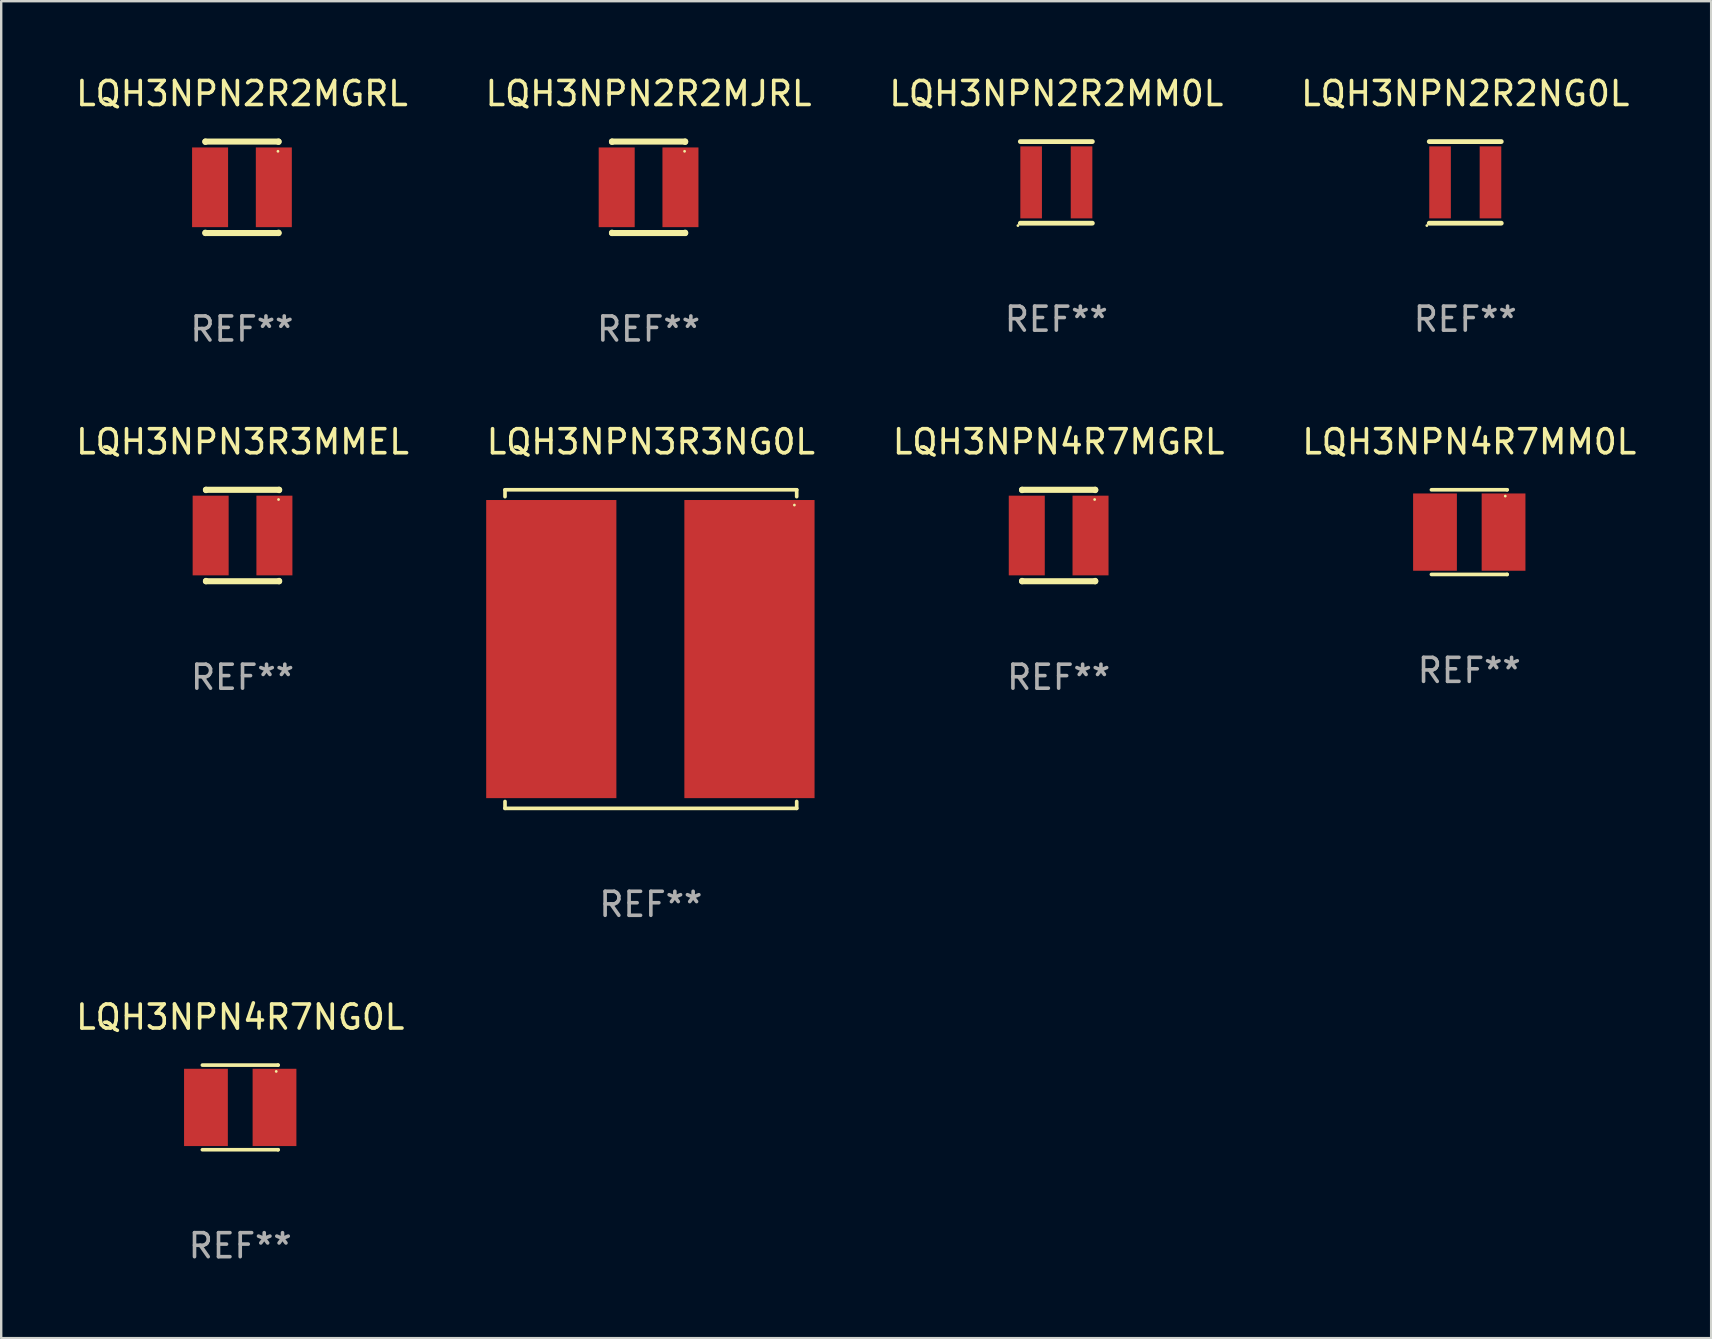
<source format=kicad_pcb>
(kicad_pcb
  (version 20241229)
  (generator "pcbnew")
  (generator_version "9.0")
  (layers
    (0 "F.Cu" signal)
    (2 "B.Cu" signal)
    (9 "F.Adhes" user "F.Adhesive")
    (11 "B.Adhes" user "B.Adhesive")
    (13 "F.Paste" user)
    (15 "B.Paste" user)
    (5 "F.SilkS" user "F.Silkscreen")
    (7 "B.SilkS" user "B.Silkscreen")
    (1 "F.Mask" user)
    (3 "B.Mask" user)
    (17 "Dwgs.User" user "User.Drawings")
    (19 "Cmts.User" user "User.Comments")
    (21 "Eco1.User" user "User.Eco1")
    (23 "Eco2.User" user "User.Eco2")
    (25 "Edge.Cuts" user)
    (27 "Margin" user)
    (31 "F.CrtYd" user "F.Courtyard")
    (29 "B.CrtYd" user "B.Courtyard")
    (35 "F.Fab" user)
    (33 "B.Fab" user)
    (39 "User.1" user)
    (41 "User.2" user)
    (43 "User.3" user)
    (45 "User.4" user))
  (footprint "LQH3NPN3R3NG0L"
    (layer "F.Cu")
    (at 24.065 23.991)
    (property "Reference" "LQH3NPN3R3NG0L" (at 0 -8.636 0) (layer "F.SilkS") (effects (font (size 1 1) (thickness 0.15))))
    (attr through_hole)
    (fp_line (start -6.076 -6.636) (end -6.076 -6.35) (stroke (width 0.152) (type solid)) (layer "F.SilkS"))
    (fp_line (start -6.076 6.636) (end -6.076 6.35) (stroke (width 0.152) (type solid)) (layer "F.SilkS"))
    (fp_line (start 6.076 -6.636) (end -6.076 -6.636) (stroke (width 0.152) (type solid)) (layer "F.SilkS"))
    (fp_line (start 6.076 -6.35) (end 6.076 -6.636) (stroke (width 0.152) (type solid)) (layer "F.SilkS"))
    (fp_line (start 6.076 6.35) (end 6.076 6.636) (stroke (width 0.152) (type solid)) (layer "F.SilkS"))
    (fp_line (start 6.076 6.636) (end -6.076 6.636) (stroke (width 0.152) (type solid)) (layer "F.SilkS"))
    (fp_circle (center 5.98 -6) (end 6.01 -6) (stroke (width 0.06) (type solid)) (fill no) (layer "F.SilkS"))
    (fp_text user "REF**" (at 0 10.636 0) (layer "F.Fab") (effects (font (size 1 1) (thickness 0.15))))
    (pad "1" smd rect (at 4.108 0) (size 5.424 12.42) (layers "F.Cu" "F.Mask" "F.Paste"))
    (pad "2" smd rect (at -4.148 0) (size 5.424 12.42) (layers "F.Cu" "F.Mask" "F.Paste")))
  (footprint "LQH3NPN4R7NG0L"
    (layer "F.Cu")
    (at 6.958 43.086)
    (property "Reference" "LQH3NPN4R7NG0L" (at 0 -3.763 0) (layer "F.SilkS") (effects (font (size 1 1) (thickness 0.15))))
    (attr through_hole)
    (fp_line (start -1.577 -1.763) (end 1.577 -1.763) (stroke (width 0.152) (type solid)) (layer "F.SilkS"))
    (fp_line (start -1.577 1.763) (end 1.577 1.763) (stroke (width 0.152) (type solid)) (layer "F.SilkS"))
    (fp_line (start 1.577 -1.763) (end 1.577 -1.763) (stroke (width 0.152) (type solid)) (layer "F.SilkS"))
    (fp_line (start 1.577 1.763) (end 1.577 1.763) (stroke (width 0.152) (type solid)) (layer "F.SilkS"))
    (fp_circle (center 1.5 -1.5) (end 1.53 -1.5) (stroke (width 0.06) (type solid)) (fill no) (layer "F.SilkS"))
    (fp_text user "REF**" (at 0 5.763 0) (layer "F.Fab") (effects (font (size 1 1) (thickness 0.15))))
    (pad "1" smd rect (at 1.428 0) (size 1.824 3.22) (layers "F.Cu" "F.Mask" "F.Paste"))
    (pad "2" smd rect (at -1.428 0) (size 1.824 3.22) (layers "F.Cu" "F.Mask" "F.Paste")))
  (footprint "LQH3NPN2R2MGRL"
    (layer "F.Cu")
    (at 7.03 4.753)
    (property "Reference" "LQH3NPN2R2MGRL" (at 0 -3.905 0) (layer "F.SilkS") (effects (font (size 1 1) (thickness 0.15))))
    (attr through_hole)
    (fp_line (start -1.524 -1.905) (end 1.524 -1.905) (stroke (width 0.254) (type solid)) (layer "F.SilkS"))
    (fp_line (start -1.524 -1.891) (end -1.524 -1.905) (stroke (width 0.254) (type solid)) (layer "F.SilkS"))
    (fp_line (start -1.524 1.905) (end -1.524 1.891) (stroke (width 0.254) (type solid)) (layer "F.SilkS"))
    (fp_line (start -1.524 1.905) (end 1.524 1.905) (stroke (width 0.254) (type solid)) (layer "F.SilkS"))
    (fp_line (start 1.524 -1.905) (end 1.524 -1.891) (stroke (width 0.254) (type solid)) (layer "F.SilkS"))
    (fp_line (start 1.524 1.891) (end 1.524 1.905) (stroke (width 0.254) (type solid)) (layer "F.SilkS"))
    (fp_circle (center 1.5 -1.5) (end 1.53 -1.5) (stroke (width 0.06) (type solid)) (fill no) (layer "F.SilkS"))
    (fp_text user "REF**" (at 0 5.905 0) (layer "F.Fab") (effects (font (size 1 1) (thickness 0.15))))
    (pad "1" smd rect (at 1.328 0) (size 1.5 3.32) (layers "F.Cu" "F.Mask" "F.Paste"))
    (pad "2" smd rect (at -1.328 0) (size 1.5 3.32) (layers "F.Cu" "F.Mask" "F.Paste")))
  (footprint "LQH3NPN2R2MM0L"
    (layer "F.Cu")
    (at 40.958 4.548)
    (property "Reference" "LQH3NPN2R2MM0L" (at 0 -3.7 0) (layer "F.SilkS") (effects (font (size 1 1) (thickness 0.15))))
    (attr through_hole)
    (fp_line (start -1.5 -1.7) (end 1.5 -1.7) (stroke (width 0.2) (type solid)) (layer "F.SilkS"))
    (fp_line (start -1.5 1.7) (end 1.5 1.7) (stroke (width 0.2) (type solid)) (layer "F.SilkS"))
    (fp_circle (center -1.6 1.8) (end -1.57 1.8) (stroke (width 0.06) (type solid)) (fill no) (layer "F.SilkS"))
    (fp_text user "REF**" (at 0 5.7 0) (layer "F.Fab") (effects (font (size 1 1) (thickness 0.15))))
    (pad "1" smd rect (at -1.05 0) (size 0.9 3) (layers "F.Cu" "F.Mask" "F.Paste"))
    (pad "2" smd rect (at 1.05 0) (size 0.9 3) (layers "F.Cu" "F.Mask" "F.Paste")))
  (footprint "LQH3NPN3R3MMEL"
    (layer "F.Cu")
    (at 7.054 19.26)
    (property "Reference" "LQH3NPN3R3MMEL" (at 0 -3.905 0) (layer "F.SilkS") (effects (font (size 1 1) (thickness 0.15))))
    (attr through_hole)
    (fp_line (start -1.524 -1.905) (end 1.524 -1.905) (stroke (width 0.254) (type solid)) (layer "F.SilkS"))
    (fp_line (start -1.524 -1.891) (end -1.524 -1.905) (stroke (width 0.254) (type solid)) (layer "F.SilkS"))
    (fp_line (start -1.524 1.905) (end -1.524 1.891) (stroke (width 0.254) (type solid)) (layer "F.SilkS"))
    (fp_line (start -1.524 1.905) (end 1.524 1.905) (stroke (width 0.254) (type solid)) (layer "F.SilkS"))
    (fp_line (start 1.524 -1.905) (end 1.524 -1.891) (stroke (width 0.254) (type solid)) (layer "F.SilkS"))
    (fp_line (start 1.524 1.891) (end 1.524 1.905) (stroke (width 0.254) (type solid)) (layer "F.SilkS"))
    (fp_circle (center 1.5 -1.5) (end 1.53 -1.5) (stroke (width 0.06) (type solid)) (fill no) (layer "F.SilkS"))
    (fp_text user "REF**" (at 0 5.905 0) (layer "F.Fab") (effects (font (size 1 1) (thickness 0.15))))
    (pad "1" smd rect (at 1.328 0) (size 1.5 3.32) (layers "F.Cu" "F.Mask" "F.Paste"))
    (pad "2" smd rect (at -1.328 0) (size 1.5 3.32) (layers "F.Cu" "F.Mask" "F.Paste")))
  (footprint "LQH3NPN2R2NG0L"
    (layer "F.Cu")
    (at 57.994 4.548)
    (property "Reference" "LQH3NPN2R2NG0L" (at 0 -3.7 0) (layer "F.SilkS") (effects (font (size 1 1) (thickness 0.15))))
    (attr through_hole)
    (fp_line (start -1.5 -1.7) (end 1.5 -1.7) (stroke (width 0.2) (type solid)) (layer "F.SilkS"))
    (fp_line (start -1.5 1.7) (end 1.5 1.7) (stroke (width 0.2) (type solid)) (layer "F.SilkS"))
    (fp_circle (center -1.6 1.8) (end -1.57 1.8) (stroke (width 0.06) (type solid)) (fill no) (layer "F.SilkS"))
    (fp_text user "REF**" (at 0 5.7 0) (layer "F.Fab") (effects (font (size 1 1) (thickness 0.15))))
    (pad "1" smd rect (at -1.05 0) (size 0.9 3) (layers "F.Cu" "F.Mask" "F.Paste"))
    (pad "2" smd rect (at 1.05 0) (size 0.9 3) (layers "F.Cu" "F.Mask" "F.Paste")))
  (footprint "LQH3NPN4R7MM0L"
    (layer "F.Cu")
    (at 58.161 19.118)
    (property "Reference" "LQH3NPN4R7MM0L" (at 0 -3.763 0) (layer "F.SilkS") (effects (font (size 1 1) (thickness 0.15))))
    (attr through_hole)
    (fp_line (start -1.577 -1.763) (end 1.577 -1.763) (stroke (width 0.152) (type solid)) (layer "F.SilkS"))
    (fp_line (start -1.577 1.763) (end 1.577 1.763) (stroke (width 0.152) (type solid)) (layer "F.SilkS"))
    (fp_line (start 1.577 -1.763) (end 1.577 -1.763) (stroke (width 0.152) (type solid)) (layer "F.SilkS"))
    (fp_line (start 1.577 1.763) (end 1.577 1.763) (stroke (width 0.152) (type solid)) (layer "F.SilkS"))
    (fp_circle (center 1.5 -1.5) (end 1.53 -1.5) (stroke (width 0.06) (type solid)) (fill no) (layer "F.SilkS"))
    (fp_text user "REF**" (at 0 5.763 0) (layer "F.Fab") (effects (font (size 1 1) (thickness 0.15))))
    (pad "1" smd rect (at 1.428 0) (size 1.824 3.22) (layers "F.Cu" "F.Mask" "F.Paste"))
    (pad "2" smd rect (at -1.428 0) (size 1.824 3.22) (layers "F.Cu" "F.Mask" "F.Paste")))
  (footprint "LQH3NPN2R2MJRL"
    (layer "F.Cu")
    (at 23.97 4.753)
    (property "Reference" "LQH3NPN2R2MJRL" (at 0 -3.905 0) (layer "F.SilkS") (effects (font (size 1 1) (thickness 0.15))))
    (attr through_hole)
    (fp_line (start -1.524 -1.905) (end 1.524 -1.905) (stroke (width 0.254) (type solid)) (layer "F.SilkS"))
    (fp_line (start -1.524 -1.891) (end -1.524 -1.905) (stroke (width 0.254) (type solid)) (layer "F.SilkS"))
    (fp_line (start -1.524 1.905) (end -1.524 1.891) (stroke (width 0.254) (type solid)) (layer "F.SilkS"))
    (fp_line (start -1.524 1.905) (end 1.524 1.905) (stroke (width 0.254) (type solid)) (layer "F.SilkS"))
    (fp_line (start 1.524 -1.905) (end 1.524 -1.891) (stroke (width 0.254) (type solid)) (layer "F.SilkS"))
    (fp_line (start 1.524 1.891) (end 1.524 1.905) (stroke (width 0.254) (type solid)) (layer "F.SilkS"))
    (fp_circle (center 1.5 -1.5) (end 1.53 -1.5) (stroke (width 0.06) (type solid)) (fill no) (layer "F.SilkS"))
    (fp_text user "REF**" (at 0 5.905 0) (layer "F.Fab") (effects (font (size 1 1) (thickness 0.15))))
    (pad "1" smd rect (at 1.328 0) (size 1.5 3.32) (layers "F.Cu" "F.Mask" "F.Paste"))
    (pad "2" smd rect (at -1.328 0) (size 1.5 3.32) (layers "F.Cu" "F.Mask" "F.Paste")))
  (footprint "LQH3NPN4R7MGRL"
    (layer "F.Cu")
    (at 41.054 19.26)
    (property "Reference" "LQH3NPN4R7MGRL" (at 0 -3.905 0) (layer "F.SilkS") (effects (font (size 1 1) (thickness 0.15))))
    (attr through_hole)
    (fp_line (start -1.524 -1.905) (end 1.524 -1.905) (stroke (width 0.254) (type solid)) (layer "F.SilkS"))
    (fp_line (start -1.524 -1.891) (end -1.524 -1.905) (stroke (width 0.254) (type solid)) (layer "F.SilkS"))
    (fp_line (start -1.524 1.905) (end -1.524 1.891) (stroke (width 0.254) (type solid)) (layer "F.SilkS"))
    (fp_line (start -1.524 1.905) (end 1.524 1.905) (stroke (width 0.254) (type solid)) (layer "F.SilkS"))
    (fp_line (start 1.524 -1.905) (end 1.524 -1.891) (stroke (width 0.254) (type solid)) (layer "F.SilkS"))
    (fp_line (start 1.524 1.891) (end 1.524 1.905) (stroke (width 0.254) (type solid)) (layer "F.SilkS"))
    (fp_circle (center 1.5 -1.5) (end 1.53 -1.5) (stroke (width 0.06) (type solid)) (fill no) (layer "F.SilkS"))
    (fp_text user "REF**" (at 0 5.905 0) (layer "F.Fab") (effects (font (size 1 1) (thickness 0.15))))
    (pad "1" smd rect (at 1.328 0) (size 1.5 3.32) (layers "F.Cu" "F.Mask" "F.Paste"))
    (pad "2" smd rect (at -1.328 0) (size 1.5 3.32) (layers "F.Cu" "F.Mask" "F.Paste")))
  (gr_rect
    (start -3 -3)
    (end 68.238 52.697)
    (stroke (width 0.1) (type default))
    (fill no)
    (layer "Edge.Cuts")))
</source>
